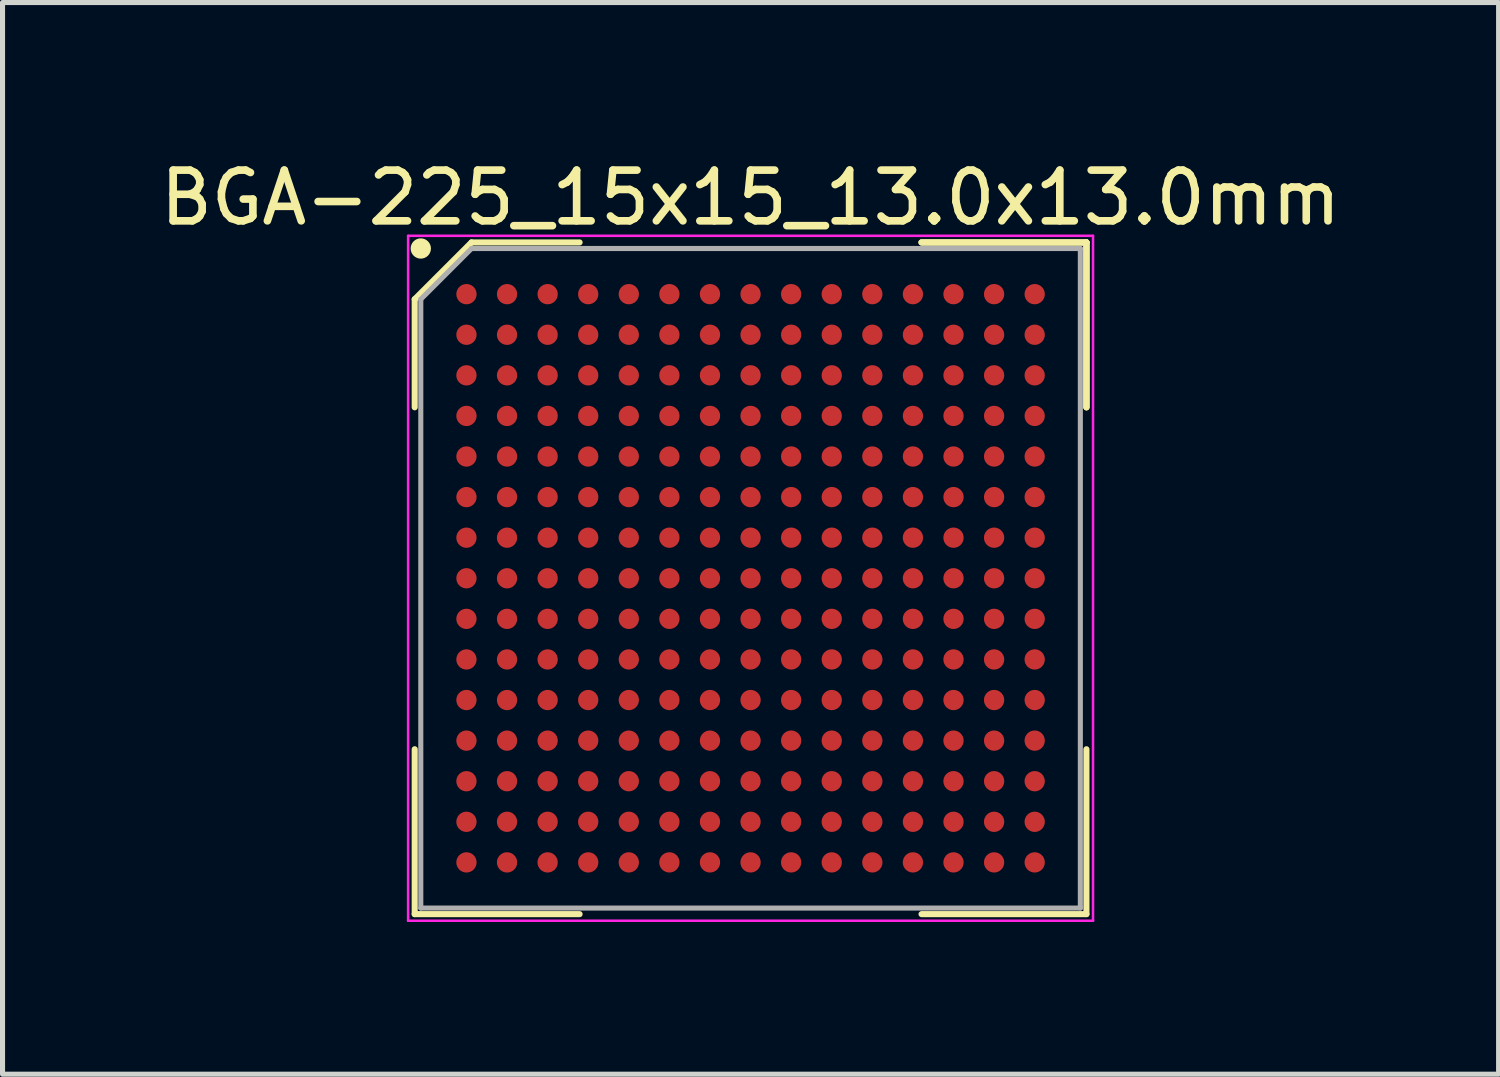
<source format=kicad_pcb>
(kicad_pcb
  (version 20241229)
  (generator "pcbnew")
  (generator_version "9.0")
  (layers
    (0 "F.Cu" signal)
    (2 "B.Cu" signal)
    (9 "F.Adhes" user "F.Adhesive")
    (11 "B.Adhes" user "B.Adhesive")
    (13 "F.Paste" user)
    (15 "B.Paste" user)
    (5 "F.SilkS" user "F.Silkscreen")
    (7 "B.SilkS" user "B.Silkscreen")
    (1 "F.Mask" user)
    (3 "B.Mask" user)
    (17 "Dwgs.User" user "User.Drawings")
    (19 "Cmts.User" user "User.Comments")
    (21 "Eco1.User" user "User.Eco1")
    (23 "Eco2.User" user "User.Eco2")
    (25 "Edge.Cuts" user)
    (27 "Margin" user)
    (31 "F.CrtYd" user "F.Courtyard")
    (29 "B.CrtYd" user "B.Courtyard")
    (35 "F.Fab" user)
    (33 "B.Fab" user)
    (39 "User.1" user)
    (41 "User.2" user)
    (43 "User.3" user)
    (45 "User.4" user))
  (footprint "BGA-225_15x15_13.0x13.0mm"
    (layer "F.Cu")
    (at 11.744 8.348)
    (property "Reference" "BGA-225_15x15_13.0x13.0mm" (at 0 -7.5 0) (layer "F.SilkS") (effects (font (size 1 1) (thickness 0.15))))
    (attr through_hole)
    (fp_line (start -6.62 -5.5) (end -6.62 -3.37) (stroke (width 0.12) (type solid)) (layer "F.SilkS"))
    (fp_line (start -6.62 6.62) (end -6.62 3.37) (stroke (width 0.12) (type solid)) (layer "F.SilkS"))
    (fp_line (start -5.5 -6.62) (end -6.62 -5.5) (stroke (width 0.12) (type solid)) (layer "F.SilkS"))
    (fp_line (start -3.37 -6.62) (end -5.5 -6.62) (stroke (width 0.12) (type solid)) (layer "F.SilkS"))
    (fp_line (start -3.37 6.62) (end -6.62 6.62) (stroke (width 0.12) (type solid)) (layer "F.SilkS"))
    (fp_line (start 3.37 -6.62) (end 6.62 -6.62) (stroke (width 0.12) (type solid)) (layer "F.SilkS"))
    (fp_line (start 3.37 -6.62) (end 6.62 -6.62) (stroke (width 0.12) (type solid)) (layer "F.SilkS"))
    (fp_line (start 3.37 -6.62) (end 6.62 -6.62) (stroke (width 0.12) (type solid)) (layer "F.SilkS"))
    (fp_line (start 3.37 6.62) (end 6.62 6.62) (stroke (width 0.12) (type solid)) (layer "F.SilkS"))
    (fp_line (start 6.62 -6.62) (end 6.62 -3.37) (stroke (width 0.12) (type solid)) (layer "F.SilkS"))
    (fp_line (start 6.62 -6.62) (end 6.62 -3.37) (stroke (width 0.12) (type solid)) (layer "F.SilkS"))
    (fp_line (start 6.62 -6.62) (end 6.62 -3.37) (stroke (width 0.12) (type solid)) (layer "F.SilkS"))
    (fp_line (start 6.62 6.62) (end 6.62 3.37) (stroke (width 0.12) (type solid)) (layer "F.SilkS"))
    (fp_circle (center -6.5 -6.5) (end -6.5 -6.4) (stroke (width 0.2) (type solid)) (fill no) (layer "F.SilkS"))
    (fp_line (start -6.75 -6.75) (end 6.75 -6.75) (stroke (width 0.05) (type solid)) (layer "F.CrtYd"))
    (fp_line (start -6.75 6.75) (end -6.75 -6.75) (stroke (width 0.05) (type solid)) (layer "F.CrtYd"))
    (fp_line (start 6.75 -6.75) (end 6.75 6.75) (stroke (width 0.05) (type solid)) (layer "F.CrtYd"))
    (fp_line (start 6.75 6.75) (end -6.75 6.75) (stroke (width 0.05) (type solid)) (layer "F.CrtYd"))
    (fp_line (start -6.5 -5.5) (end -6.5 6.5) (stroke (width 0.1) (type solid)) (layer "F.Fab"))
    (fp_line (start -6.5 6.5) (end 6.5 6.5) (stroke (width 0.1) (type solid)) (layer "F.Fab"))
    (fp_line (start -5.5 -6.5) (end -6.5 -5.5) (stroke (width 0.1) (type solid)) (layer "F.Fab"))
    (fp_line (start 6.5 -6.5) (end -5.5 -6.5) (stroke (width 0.1) (type solid)) (layer "F.Fab"))
    (fp_line (start 6.5 6.5) (end 6.5 -6.5) (stroke (width 0.1) (type solid)) (layer "F.Fab"))
    (pad "A1" smd circle (at -5.6 -5.6) (size 0.4 0.4) (layers "F.Cu" "F.Mask" "F.Paste"))
    (pad "A2" smd circle (at -4.8 -5.6) (size 0.4 0.4) (layers "F.Cu" "F.Mask" "F.Paste"))
    (pad "A3" smd circle (at -4 -5.6) (size 0.4 0.4) (layers "F.Cu" "F.Mask" "F.Paste"))
    (pad "A4" smd circle (at -3.2 -5.6) (size 0.4 0.4) (layers "F.Cu" "F.Mask" "F.Paste"))
    (pad "A5" smd circle (at -2.4 -5.6) (size 0.4 0.4) (layers "F.Cu" "F.Mask" "F.Paste"))
    (pad "A6" smd circle (at -1.6 -5.6) (size 0.4 0.4) (layers "F.Cu" "F.Mask" "F.Paste"))
    (pad "A7" smd circle (at -0.8 -5.6) (size 0.4 0.4) (layers "F.Cu" "F.Mask" "F.Paste"))
    (pad "A8" smd circle (at 0 -5.6) (size 0.4 0.4) (layers "F.Cu" "F.Mask" "F.Paste"))
    (pad "A9" smd circle (at 0.8 -5.6) (size 0.4 0.4) (layers "F.Cu" "F.Mask" "F.Paste"))
    (pad "A10" smd circle (at 1.6 -5.6) (size 0.4 0.4) (layers "F.Cu" "F.Mask" "F.Paste"))
    (pad "A11" smd circle (at 2.4 -5.6) (size 0.4 0.4) (layers "F.Cu" "F.Mask" "F.Paste"))
    (pad "A12" smd circle (at 3.2 -5.6) (size 0.4 0.4) (layers "F.Cu" "F.Mask" "F.Paste"))
    (pad "A13" smd circle (at 4 -5.6) (size 0.4 0.4) (layers "F.Cu" "F.Mask" "F.Paste"))
    (pad "A14" smd circle (at 4.8 -5.6) (size 0.4 0.4) (layers "F.Cu" "F.Mask" "F.Paste"))
    (pad "A15" smd circle (at 5.6 -5.6) (size 0.4 0.4) (layers "F.Cu" "F.Mask" "F.Paste"))
    (pad "B1" smd circle (at -5.6 -4.8) (size 0.4 0.4) (layers "F.Cu" "F.Mask" "F.Paste"))
    (pad "B2" smd circle (at -4.8 -4.8) (size 0.4 0.4) (layers "F.Cu" "F.Mask" "F.Paste"))
    (pad "B3" smd circle (at -4 -4.8) (size 0.4 0.4) (layers "F.Cu" "F.Mask" "F.Paste"))
    (pad "B4" smd circle (at -3.2 -4.8) (size 0.4 0.4) (layers "F.Cu" "F.Mask" "F.Paste"))
    (pad "B5" smd circle (at -2.4 -4.8) (size 0.4 0.4) (layers "F.Cu" "F.Mask" "F.Paste"))
    (pad "B6" smd circle (at -1.6 -4.8) (size 0.4 0.4) (layers "F.Cu" "F.Mask" "F.Paste"))
    (pad "B7" smd circle (at -0.8 -4.8) (size 0.4 0.4) (layers "F.Cu" "F.Mask" "F.Paste"))
    (pad "B8" smd circle (at 0 -4.8) (size 0.4 0.4) (layers "F.Cu" "F.Mask" "F.Paste"))
    (pad "B9" smd circle (at 0.8 -4.8) (size 0.4 0.4) (layers "F.Cu" "F.Mask" "F.Paste"))
    (pad "B10" smd circle (at 1.6 -4.8) (size 0.4 0.4) (layers "F.Cu" "F.Mask" "F.Paste"))
    (pad "B11" smd circle (at 2.4 -4.8) (size 0.4 0.4) (layers "F.Cu" "F.Mask" "F.Paste"))
    (pad "B12" smd circle (at 3.2 -4.8) (size 0.4 0.4) (layers "F.Cu" "F.Mask" "F.Paste"))
    (pad "B13" smd circle (at 4 -4.8) (size 0.4 0.4) (layers "F.Cu" "F.Mask" "F.Paste"))
    (pad "B14" smd circle (at 4.8 -4.8) (size 0.4 0.4) (layers "F.Cu" "F.Mask" "F.Paste"))
    (pad "B15" smd circle (at 5.6 -4.8) (size 0.4 0.4) (layers "F.Cu" "F.Mask" "F.Paste"))
    (pad "C1" smd circle (at -5.6 -4) (size 0.4 0.4) (layers "F.Cu" "F.Mask" "F.Paste"))
    (pad "C2" smd circle (at -4.8 -4) (size 0.4 0.4) (layers "F.Cu" "F.Mask" "F.Paste"))
    (pad "C3" smd circle (at -4 -4) (size 0.4 0.4) (layers "F.Cu" "F.Mask" "F.Paste"))
    (pad "C4" smd circle (at -3.2 -4) (size 0.4 0.4) (layers "F.Cu" "F.Mask" "F.Paste"))
    (pad "C5" smd circle (at -2.4 -4) (size 0.4 0.4) (layers "F.Cu" "F.Mask" "F.Paste"))
    (pad "C6" smd circle (at -1.6 -4) (size 0.4 0.4) (layers "F.Cu" "F.Mask" "F.Paste"))
    (pad "C7" smd circle (at -0.8 -4) (size 0.4 0.4) (layers "F.Cu" "F.Mask" "F.Paste"))
    (pad "C8" smd circle (at 0 -4) (size 0.4 0.4) (layers "F.Cu" "F.Mask" "F.Paste"))
    (pad "C9" smd circle (at 0.8 -4) (size 0.4 0.4) (layers "F.Cu" "F.Mask" "F.Paste"))
    (pad "C10" smd circle (at 1.6 -4) (size 0.4 0.4) (layers "F.Cu" "F.Mask" "F.Paste"))
    (pad "C11" smd circle (at 2.4 -4) (size 0.4 0.4) (layers "F.Cu" "F.Mask" "F.Paste"))
    (pad "C12" smd circle (at 3.2 -4) (size 0.4 0.4) (layers "F.Cu" "F.Mask" "F.Paste"))
    (pad "C13" smd circle (at 4 -4) (size 0.4 0.4) (layers "F.Cu" "F.Mask" "F.Paste"))
    (pad "C14" smd circle (at 4.8 -4) (size 0.4 0.4) (layers "F.Cu" "F.Mask" "F.Paste"))
    (pad "C15" smd circle (at 5.6 -4) (size 0.4 0.4) (layers "F.Cu" "F.Mask" "F.Paste"))
    (pad "D1" smd circle (at -5.6 -3.2) (size 0.4 0.4) (layers "F.Cu" "F.Mask" "F.Paste"))
    (pad "D2" smd circle (at -4.8 -3.2) (size 0.4 0.4) (layers "F.Cu" "F.Mask" "F.Paste"))
    (pad "D3" smd circle (at -4 -3.2) (size 0.4 0.4) (layers "F.Cu" "F.Mask" "F.Paste"))
    (pad "D4" smd circle (at -3.2 -3.2) (size 0.4 0.4) (layers "F.Cu" "F.Mask" "F.Paste"))
    (pad "D5" smd circle (at -2.4 -3.2) (size 0.4 0.4) (layers "F.Cu" "F.Mask" "F.Paste"))
    (pad "D6" smd circle (at -1.6 -3.2) (size 0.4 0.4) (layers "F.Cu" "F.Mask" "F.Paste"))
    (pad "D7" smd circle (at -0.8 -3.2) (size 0.4 0.4) (layers "F.Cu" "F.Mask" "F.Paste"))
    (pad "D8" smd circle (at 0 -3.2) (size 0.4 0.4) (layers "F.Cu" "F.Mask" "F.Paste"))
    (pad "D9" smd circle (at 0.8 -3.2) (size 0.4 0.4) (layers "F.Cu" "F.Mask" "F.Paste"))
    (pad "D10" smd circle (at 1.6 -3.2) (size 0.4 0.4) (layers "F.Cu" "F.Mask" "F.Paste"))
    (pad "D11" smd circle (at 2.4 -3.2) (size 0.4 0.4) (layers "F.Cu" "F.Mask" "F.Paste"))
    (pad "D12" smd circle (at 3.2 -3.2) (size 0.4 0.4) (layers "F.Cu" "F.Mask" "F.Paste"))
    (pad "D13" smd circle (at 4 -3.2) (size 0.4 0.4) (layers "F.Cu" "F.Mask" "F.Paste"))
    (pad "D14" smd circle (at 4.8 -3.2) (size 0.4 0.4) (layers "F.Cu" "F.Mask" "F.Paste"))
    (pad "D15" smd circle (at 5.6 -3.2) (size 0.4 0.4) (layers "F.Cu" "F.Mask" "F.Paste"))
    (pad "E1" smd circle (at -5.6 -2.4) (size 0.4 0.4) (layers "F.Cu" "F.Mask" "F.Paste"))
    (pad "E2" smd circle (at -4.8 -2.4) (size 0.4 0.4) (layers "F.Cu" "F.Mask" "F.Paste"))
    (pad "E3" smd circle (at -4 -2.4) (size 0.4 0.4) (layers "F.Cu" "F.Mask" "F.Paste"))
    (pad "E4" smd circle (at -3.2 -2.4) (size 0.4 0.4) (layers "F.Cu" "F.Mask" "F.Paste"))
    (pad "E5" smd circle (at -2.4 -2.4) (size 0.4 0.4) (layers "F.Cu" "F.Mask" "F.Paste"))
    (pad "E6" smd circle (at -1.6 -2.4) (size 0.4 0.4) (layers "F.Cu" "F.Mask" "F.Paste"))
    (pad "E7" smd circle (at -0.8 -2.4) (size 0.4 0.4) (layers "F.Cu" "F.Mask" "F.Paste"))
    (pad "E8" smd circle (at 0 -2.4) (size 0.4 0.4) (layers "F.Cu" "F.Mask" "F.Paste"))
    (pad "E9" smd circle (at 0.8 -2.4) (size 0.4 0.4) (layers "F.Cu" "F.Mask" "F.Paste"))
    (pad "E10" smd circle (at 1.6 -2.4) (size 0.4 0.4) (layers "F.Cu" "F.Mask" "F.Paste"))
    (pad "E11" smd circle (at 2.4 -2.4) (size 0.4 0.4) (layers "F.Cu" "F.Mask" "F.Paste"))
    (pad "E12" smd circle (at 3.2 -2.4) (size 0.4 0.4) (layers "F.Cu" "F.Mask" "F.Paste"))
    (pad "E13" smd circle (at 4 -2.4) (size 0.4 0.4) (layers "F.Cu" "F.Mask" "F.Paste"))
    (pad "E14" smd circle (at 4.8 -2.4) (size 0.4 0.4) (layers "F.Cu" "F.Mask" "F.Paste"))
    (pad "E15" smd circle (at 5.6 -2.4) (size 0.4 0.4) (layers "F.Cu" "F.Mask" "F.Paste"))
    (pad "F1" smd circle (at -5.6 -1.6) (size 0.4 0.4) (layers "F.Cu" "F.Mask" "F.Paste"))
    (pad "F2" smd circle (at -4.8 -1.6) (size 0.4 0.4) (layers "F.Cu" "F.Mask" "F.Paste"))
    (pad "F3" smd circle (at -4 -1.6) (size 0.4 0.4) (layers "F.Cu" "F.Mask" "F.Paste"))
    (pad "F4" smd circle (at -3.2 -1.6) (size 0.4 0.4) (layers "F.Cu" "F.Mask" "F.Paste"))
    (pad "F5" smd circle (at -2.4 -1.6) (size 0.4 0.4) (layers "F.Cu" "F.Mask" "F.Paste"))
    (pad "F6" smd circle (at -1.6 -1.6) (size 0.4 0.4) (layers "F.Cu" "F.Mask" "F.Paste"))
    (pad "F7" smd circle (at -0.8 -1.6) (size 0.4 0.4) (layers "F.Cu" "F.Mask" "F.Paste"))
    (pad "F8" smd circle (at 0 -1.6) (size 0.4 0.4) (layers "F.Cu" "F.Mask" "F.Paste"))
    (pad "F9" smd circle (at 0.8 -1.6) (size 0.4 0.4) (layers "F.Cu" "F.Mask" "F.Paste"))
    (pad "F10" smd circle (at 1.6 -1.6) (size 0.4 0.4) (layers "F.Cu" "F.Mask" "F.Paste"))
    (pad "F11" smd circle (at 2.4 -1.6) (size 0.4 0.4) (layers "F.Cu" "F.Mask" "F.Paste"))
    (pad "F12" smd circle (at 3.2 -1.6) (size 0.4 0.4) (layers "F.Cu" "F.Mask" "F.Paste"))
    (pad "F13" smd circle (at 4 -1.6) (size 0.4 0.4) (layers "F.Cu" "F.Mask" "F.Paste"))
    (pad "F14" smd circle (at 4.8 -1.6) (size 0.4 0.4) (layers "F.Cu" "F.Mask" "F.Paste"))
    (pad "F15" smd circle (at 5.6 -1.6) (size 0.4 0.4) (layers "F.Cu" "F.Mask" "F.Paste"))
    (pad "G1" smd circle (at -5.6 -0.8) (size 0.4 0.4) (layers "F.Cu" "F.Mask" "F.Paste"))
    (pad "G2" smd circle (at -4.8 -0.8) (size 0.4 0.4) (layers "F.Cu" "F.Mask" "F.Paste"))
    (pad "G3" smd circle (at -4 -0.8) (size 0.4 0.4) (layers "F.Cu" "F.Mask" "F.Paste"))
    (pad "G4" smd circle (at -3.2 -0.8) (size 0.4 0.4) (layers "F.Cu" "F.Mask" "F.Paste"))
    (pad "G5" smd circle (at -2.4 -0.8) (size 0.4 0.4) (layers "F.Cu" "F.Mask" "F.Paste"))
    (pad "G6" smd circle (at -1.6 -0.8) (size 0.4 0.4) (layers "F.Cu" "F.Mask" "F.Paste"))
    (pad "G7" smd circle (at -0.8 -0.8) (size 0.4 0.4) (layers "F.Cu" "F.Mask" "F.Paste"))
    (pad "G8" smd circle (at 0 -0.8) (size 0.4 0.4) (layers "F.Cu" "F.Mask" "F.Paste"))
    (pad "G9" smd circle (at 0.8 -0.8) (size 0.4 0.4) (layers "F.Cu" "F.Mask" "F.Paste"))
    (pad "G10" smd circle (at 1.6 -0.8) (size 0.4 0.4) (layers "F.Cu" "F.Mask" "F.Paste"))
    (pad "G11" smd circle (at 2.4 -0.8) (size 0.4 0.4) (layers "F.Cu" "F.Mask" "F.Paste"))
    (pad "G12" smd circle (at 3.2 -0.8) (size 0.4 0.4) (layers "F.Cu" "F.Mask" "F.Paste"))
    (pad "G13" smd circle (at 4 -0.8) (size 0.4 0.4) (layers "F.Cu" "F.Mask" "F.Paste"))
    (pad "G14" smd circle (at 4.8 -0.8) (size 0.4 0.4) (layers "F.Cu" "F.Mask" "F.Paste"))
    (pad "G15" smd circle (at 5.6 -0.8) (size 0.4 0.4) (layers "F.Cu" "F.Mask" "F.Paste"))
    (pad "H1" smd circle (at -5.6 0) (size 0.4 0.4) (layers "F.Cu" "F.Mask" "F.Paste"))
    (pad "H2" smd circle (at -4.8 0) (size 0.4 0.4) (layers "F.Cu" "F.Mask" "F.Paste"))
    (pad "H3" smd circle (at -4 0) (size 0.4 0.4) (layers "F.Cu" "F.Mask" "F.Paste"))
    (pad "H4" smd circle (at -3.2 0) (size 0.4 0.4) (layers "F.Cu" "F.Mask" "F.Paste"))
    (pad "H5" smd circle (at -2.4 0) (size 0.4 0.4) (layers "F.Cu" "F.Mask" "F.Paste"))
    (pad "H6" smd circle (at -1.6 0) (size 0.4 0.4) (layers "F.Cu" "F.Mask" "F.Paste"))
    (pad "H7" smd circle (at -0.8 0) (size 0.4 0.4) (layers "F.Cu" "F.Mask" "F.Paste"))
    (pad "H8" smd circle (at 0 0) (size 0.4 0.4) (layers "F.Cu" "F.Mask" "F.Paste"))
    (pad "H9" smd circle (at 0.8 0) (size 0.4 0.4) (layers "F.Cu" "F.Mask" "F.Paste"))
    (pad "H10" smd circle (at 1.6 0) (size 0.4 0.4) (layers "F.Cu" "F.Mask" "F.Paste"))
    (pad "H11" smd circle (at 2.4 0) (size 0.4 0.4) (layers "F.Cu" "F.Mask" "F.Paste"))
    (pad "H12" smd circle (at 3.2 0) (size 0.4 0.4) (layers "F.Cu" "F.Mask" "F.Paste"))
    (pad "H13" smd circle (at 4 0) (size 0.4 0.4) (layers "F.Cu" "F.Mask" "F.Paste"))
    (pad "H14" smd circle (at 4.8 0) (size 0.4 0.4) (layers "F.Cu" "F.Mask" "F.Paste"))
    (pad "H15" smd circle (at 5.6 0) (size 0.4 0.4) (layers "F.Cu" "F.Mask" "F.Paste"))
    (pad "J1" smd circle (at -5.6 0.8) (size 0.4 0.4) (layers "F.Cu" "F.Mask" "F.Paste"))
    (pad "J2" smd circle (at -4.8 0.8) (size 0.4 0.4) (layers "F.Cu" "F.Mask" "F.Paste"))
    (pad "J3" smd circle (at -4 0.8) (size 0.4 0.4) (layers "F.Cu" "F.Mask" "F.Paste"))
    (pad "J4" smd circle (at -3.2 0.8) (size 0.4 0.4) (layers "F.Cu" "F.Mask" "F.Paste"))
    (pad "J5" smd circle (at -2.4 0.8) (size 0.4 0.4) (layers "F.Cu" "F.Mask" "F.Paste"))
    (pad "J6" smd circle (at -1.6 0.8) (size 0.4 0.4) (layers "F.Cu" "F.Mask" "F.Paste"))
    (pad "J7" smd circle (at -0.8 0.8) (size 0.4 0.4) (layers "F.Cu" "F.Mask" "F.Paste"))
    (pad "J8" smd circle (at 0 0.8) (size 0.4 0.4) (layers "F.Cu" "F.Mask" "F.Paste"))
    (pad "J9" smd circle (at 0.8 0.8) (size 0.4 0.4) (layers "F.Cu" "F.Mask" "F.Paste"))
    (pad "J10" smd circle (at 1.6 0.8) (size 0.4 0.4) (layers "F.Cu" "F.Mask" "F.Paste"))
    (pad "J11" smd circle (at 2.4 0.8) (size 0.4 0.4) (layers "F.Cu" "F.Mask" "F.Paste"))
    (pad "J12" smd circle (at 3.2 0.8) (size 0.4 0.4) (layers "F.Cu" "F.Mask" "F.Paste"))
    (pad "J13" smd circle (at 4 0.8) (size 0.4 0.4) (layers "F.Cu" "F.Mask" "F.Paste"))
    (pad "J14" smd circle (at 4.8 0.8) (size 0.4 0.4) (layers "F.Cu" "F.Mask" "F.Paste"))
    (pad "J15" smd circle (at 5.6 0.8) (size 0.4 0.4) (layers "F.Cu" "F.Mask" "F.Paste"))
    (pad "K1" smd circle (at -5.6 1.6) (size 0.4 0.4) (layers "F.Cu" "F.Mask" "F.Paste"))
    (pad "K2" smd circle (at -4.8 1.6) (size 0.4 0.4) (layers "F.Cu" "F.Mask" "F.Paste"))
    (pad "K3" smd circle (at -4 1.6) (size 0.4 0.4) (layers "F.Cu" "F.Mask" "F.Paste"))
    (pad "K4" smd circle (at -3.2 1.6) (size 0.4 0.4) (layers "F.Cu" "F.Mask" "F.Paste"))
    (pad "K5" smd circle (at -2.4 1.6) (size 0.4 0.4) (layers "F.Cu" "F.Mask" "F.Paste"))
    (pad "K6" smd circle (at -1.6 1.6) (size 0.4 0.4) (layers "F.Cu" "F.Mask" "F.Paste"))
    (pad "K7" smd circle (at -0.8 1.6) (size 0.4 0.4) (layers "F.Cu" "F.Mask" "F.Paste"))
    (pad "K8" smd circle (at 0 1.6) (size 0.4 0.4) (layers "F.Cu" "F.Mask" "F.Paste"))
    (pad "K9" smd circle (at 0.8 1.6) (size 0.4 0.4) (layers "F.Cu" "F.Mask" "F.Paste"))
    (pad "K10" smd circle (at 1.6 1.6) (size 0.4 0.4) (layers "F.Cu" "F.Mask" "F.Paste"))
    (pad "K11" smd circle (at 2.4 1.6) (size 0.4 0.4) (layers "F.Cu" "F.Mask" "F.Paste"))
    (pad "K12" smd circle (at 3.2 1.6) (size 0.4 0.4) (layers "F.Cu" "F.Mask" "F.Paste"))
    (pad "K13" smd circle (at 4 1.6) (size 0.4 0.4) (layers "F.Cu" "F.Mask" "F.Paste"))
    (pad "K14" smd circle (at 4.8 1.6) (size 0.4 0.4) (layers "F.Cu" "F.Mask" "F.Paste"))
    (pad "K15" smd circle (at 5.6 1.6) (size 0.4 0.4) (layers "F.Cu" "F.Mask" "F.Paste"))
    (pad "L1" smd circle (at -5.6 2.4) (size 0.4 0.4) (layers "F.Cu" "F.Mask" "F.Paste"))
    (pad "L2" smd circle (at -4.8 2.4) (size 0.4 0.4) (layers "F.Cu" "F.Mask" "F.Paste"))
    (pad "L3" smd circle (at -4 2.4) (size 0.4 0.4) (layers "F.Cu" "F.Mask" "F.Paste"))
    (pad "L4" smd circle (at -3.2 2.4) (size 0.4 0.4) (layers "F.Cu" "F.Mask" "F.Paste"))
    (pad "L5" smd circle (at -2.4 2.4) (size 0.4 0.4) (layers "F.Cu" "F.Mask" "F.Paste"))
    (pad "L6" smd circle (at -1.6 2.4) (size 0.4 0.4) (layers "F.Cu" "F.Mask" "F.Paste"))
    (pad "L7" smd circle (at -0.8 2.4) (size 0.4 0.4) (layers "F.Cu" "F.Mask" "F.Paste"))
    (pad "L8" smd circle (at 0 2.4) (size 0.4 0.4) (layers "F.Cu" "F.Mask" "F.Paste"))
    (pad "L9" smd circle (at 0.8 2.4) (size 0.4 0.4) (layers "F.Cu" "F.Mask" "F.Paste"))
    (pad "L10" smd circle (at 1.6 2.4) (size 0.4 0.4) (layers "F.Cu" "F.Mask" "F.Paste"))
    (pad "L11" smd circle (at 2.4 2.4) (size 0.4 0.4) (layers "F.Cu" "F.Mask" "F.Paste"))
    (pad "L12" smd circle (at 3.2 2.4) (size 0.4 0.4) (layers "F.Cu" "F.Mask" "F.Paste"))
    (pad "L13" smd circle (at 4 2.4) (size 0.4 0.4) (layers "F.Cu" "F.Mask" "F.Paste"))
    (pad "L14" smd circle (at 4.8 2.4) (size 0.4 0.4) (layers "F.Cu" "F.Mask" "F.Paste"))
    (pad "L15" smd circle (at 5.6 2.4) (size 0.4 0.4) (layers "F.Cu" "F.Mask" "F.Paste"))
    (pad "M1" smd circle (at -5.6 3.2) (size 0.4 0.4) (layers "F.Cu" "F.Mask" "F.Paste"))
    (pad "M2" smd circle (at -4.8 3.2) (size 0.4 0.4) (layers "F.Cu" "F.Mask" "F.Paste"))
    (pad "M3" smd circle (at -4 3.2) (size 0.4 0.4) (layers "F.Cu" "F.Mask" "F.Paste"))
    (pad "M4" smd circle (at -3.2 3.2) (size 0.4 0.4) (layers "F.Cu" "F.Mask" "F.Paste"))
    (pad "M5" smd circle (at -2.4 3.2) (size 0.4 0.4) (layers "F.Cu" "F.Mask" "F.Paste"))
    (pad "M6" smd circle (at -1.6 3.2) (size 0.4 0.4) (layers "F.Cu" "F.Mask" "F.Paste"))
    (pad "M7" smd circle (at -0.8 3.2) (size 0.4 0.4) (layers "F.Cu" "F.Mask" "F.Paste"))
    (pad "M8" smd circle (at 0 3.2) (size 0.4 0.4) (layers "F.Cu" "F.Mask" "F.Paste"))
    (pad "M9" smd circle (at 0.8 3.2) (size 0.4 0.4) (layers "F.Cu" "F.Mask" "F.Paste"))
    (pad "M10" smd circle (at 1.6 3.2) (size 0.4 0.4) (layers "F.Cu" "F.Mask" "F.Paste"))
    (pad "M11" smd circle (at 2.4 3.2) (size 0.4 0.4) (layers "F.Cu" "F.Mask" "F.Paste"))
    (pad "M12" smd circle (at 3.2 3.2) (size 0.4 0.4) (layers "F.Cu" "F.Mask" "F.Paste"))
    (pad "M13" smd circle (at 4 3.2) (size 0.4 0.4) (layers "F.Cu" "F.Mask" "F.Paste"))
    (pad "M14" smd circle (at 4.8 3.2) (size 0.4 0.4) (layers "F.Cu" "F.Mask" "F.Paste"))
    (pad "M15" smd circle (at 5.6 3.2) (size 0.4 0.4) (layers "F.Cu" "F.Mask" "F.Paste"))
    (pad "N1" smd circle (at -5.6 4) (size 0.4 0.4) (layers "F.Cu" "F.Mask" "F.Paste"))
    (pad "N2" smd circle (at -4.8 4) (size 0.4 0.4) (layers "F.Cu" "F.Mask" "F.Paste"))
    (pad "N3" smd circle (at -4 4) (size 0.4 0.4) (layers "F.Cu" "F.Mask" "F.Paste"))
    (pad "N4" smd circle (at -3.2 4) (size 0.4 0.4) (layers "F.Cu" "F.Mask" "F.Paste"))
    (pad "N5" smd circle (at -2.4 4) (size 0.4 0.4) (layers "F.Cu" "F.Mask" "F.Paste"))
    (pad "N6" smd circle (at -1.6 4) (size 0.4 0.4) (layers "F.Cu" "F.Mask" "F.Paste"))
    (pad "N7" smd circle (at -0.8 4) (size 0.4 0.4) (layers "F.Cu" "F.Mask" "F.Paste"))
    (pad "N8" smd circle (at 0 4) (size 0.4 0.4) (layers "F.Cu" "F.Mask" "F.Paste"))
    (pad "N9" smd circle (at 0.8 4) (size 0.4 0.4) (layers "F.Cu" "F.Mask" "F.Paste"))
    (pad "N10" smd circle (at 1.6 4) (size 0.4 0.4) (layers "F.Cu" "F.Mask" "F.Paste"))
    (pad "N11" smd circle (at 2.4 4) (size 0.4 0.4) (layers "F.Cu" "F.Mask" "F.Paste"))
    (pad "N12" smd circle (at 3.2 4) (size 0.4 0.4) (layers "F.Cu" "F.Mask" "F.Paste"))
    (pad "N13" smd circle (at 4 4) (size 0.4 0.4) (layers "F.Cu" "F.Mask" "F.Paste"))
    (pad "N14" smd circle (at 4.8 4) (size 0.4 0.4) (layers "F.Cu" "F.Mask" "F.Paste"))
    (pad "N15" smd circle (at 5.6 4) (size 0.4 0.4) (layers "F.Cu" "F.Mask" "F.Paste"))
    (pad "P1" smd circle (at -5.6 4.8) (size 0.4 0.4) (layers "F.Cu" "F.Mask" "F.Paste"))
    (pad "P2" smd circle (at -4.8 4.8) (size 0.4 0.4) (layers "F.Cu" "F.Mask" "F.Paste"))
    (pad "P3" smd circle (at -4 4.8) (size 0.4 0.4) (layers "F.Cu" "F.Mask" "F.Paste"))
    (pad "P4" smd circle (at -3.2 4.8) (size 0.4 0.4) (layers "F.Cu" "F.Mask" "F.Paste"))
    (pad "P5" smd circle (at -2.4 4.8) (size 0.4 0.4) (layers "F.Cu" "F.Mask" "F.Paste"))
    (pad "P6" smd circle (at -1.6 4.8) (size 0.4 0.4) (layers "F.Cu" "F.Mask" "F.Paste"))
    (pad "P7" smd circle (at -0.8 4.8) (size 0.4 0.4) (layers "F.Cu" "F.Mask" "F.Paste"))
    (pad "P8" smd circle (at 0 4.8) (size 0.4 0.4) (layers "F.Cu" "F.Mask" "F.Paste"))
    (pad "P9" smd circle (at 0.8 4.8) (size 0.4 0.4) (layers "F.Cu" "F.Mask" "F.Paste"))
    (pad "P10" smd circle (at 1.6 4.8) (size 0.4 0.4) (layers "F.Cu" "F.Mask" "F.Paste"))
    (pad "P11" smd circle (at 2.4 4.8) (size 0.4 0.4) (layers "F.Cu" "F.Mask" "F.Paste"))
    (pad "P12" smd circle (at 3.2 4.8) (size 0.4 0.4) (layers "F.Cu" "F.Mask" "F.Paste"))
    (pad "P13" smd circle (at 4 4.8) (size 0.4 0.4) (layers "F.Cu" "F.Mask" "F.Paste"))
    (pad "P14" smd circle (at 4.8 4.8) (size 0.4 0.4) (layers "F.Cu" "F.Mask" "F.Paste"))
    (pad "P15" smd circle (at 5.6 4.8) (size 0.4 0.4) (layers "F.Cu" "F.Mask" "F.Paste"))
    (pad "R1" smd circle (at -5.6 5.6) (size 0.4 0.4) (layers "F.Cu" "F.Mask" "F.Paste"))
    (pad "R2" smd circle (at -4.8 5.6) (size 0.4 0.4) (layers "F.Cu" "F.Mask" "F.Paste"))
    (pad "R3" smd circle (at -4 5.6) (size 0.4 0.4) (layers "F.Cu" "F.Mask" "F.Paste"))
    (pad "R4" smd circle (at -3.2 5.6) (size 0.4 0.4) (layers "F.Cu" "F.Mask" "F.Paste"))
    (pad "R5" smd circle (at -2.4 5.6) (size 0.4 0.4) (layers "F.Cu" "F.Mask" "F.Paste"))
    (pad "R6" smd circle (at -1.6 5.6) (size 0.4 0.4) (layers "F.Cu" "F.Mask" "F.Paste"))
    (pad "R7" smd circle (at -0.8 5.6) (size 0.4 0.4) (layers "F.Cu" "F.Mask" "F.Paste"))
    (pad "R8" smd circle (at 0 5.6) (size 0.4 0.4) (layers "F.Cu" "F.Mask" "F.Paste"))
    (pad "R9" smd circle (at 0.8 5.6) (size 0.4 0.4) (layers "F.Cu" "F.Mask" "F.Paste"))
    (pad "R10" smd circle (at 1.6 5.6) (size 0.4 0.4) (layers "F.Cu" "F.Mask" "F.Paste"))
    (pad "R11" smd circle (at 2.4 5.6) (size 0.4 0.4) (layers "F.Cu" "F.Mask" "F.Paste"))
    (pad "R12" smd circle (at 3.2 5.6) (size 0.4 0.4) (layers "F.Cu" "F.Mask" "F.Paste"))
    (pad "R13" smd circle (at 4 5.6) (size 0.4 0.4) (layers "F.Cu" "F.Mask" "F.Paste"))
    (pad "R14" smd circle (at 4.8 5.6) (size 0.4 0.4) (layers "F.Cu" "F.Mask" "F.Paste"))
    (pad "R15" smd circle (at 5.6 5.6) (size 0.4 0.4) (layers "F.Cu" "F.Mask" "F.Paste")))
  (gr_rect
    (start -3 -3)
    (end 26.488 18.123)
    (stroke (width 0.1) (type default))
    (fill no)
    (layer "Edge.Cuts")))
</source>
